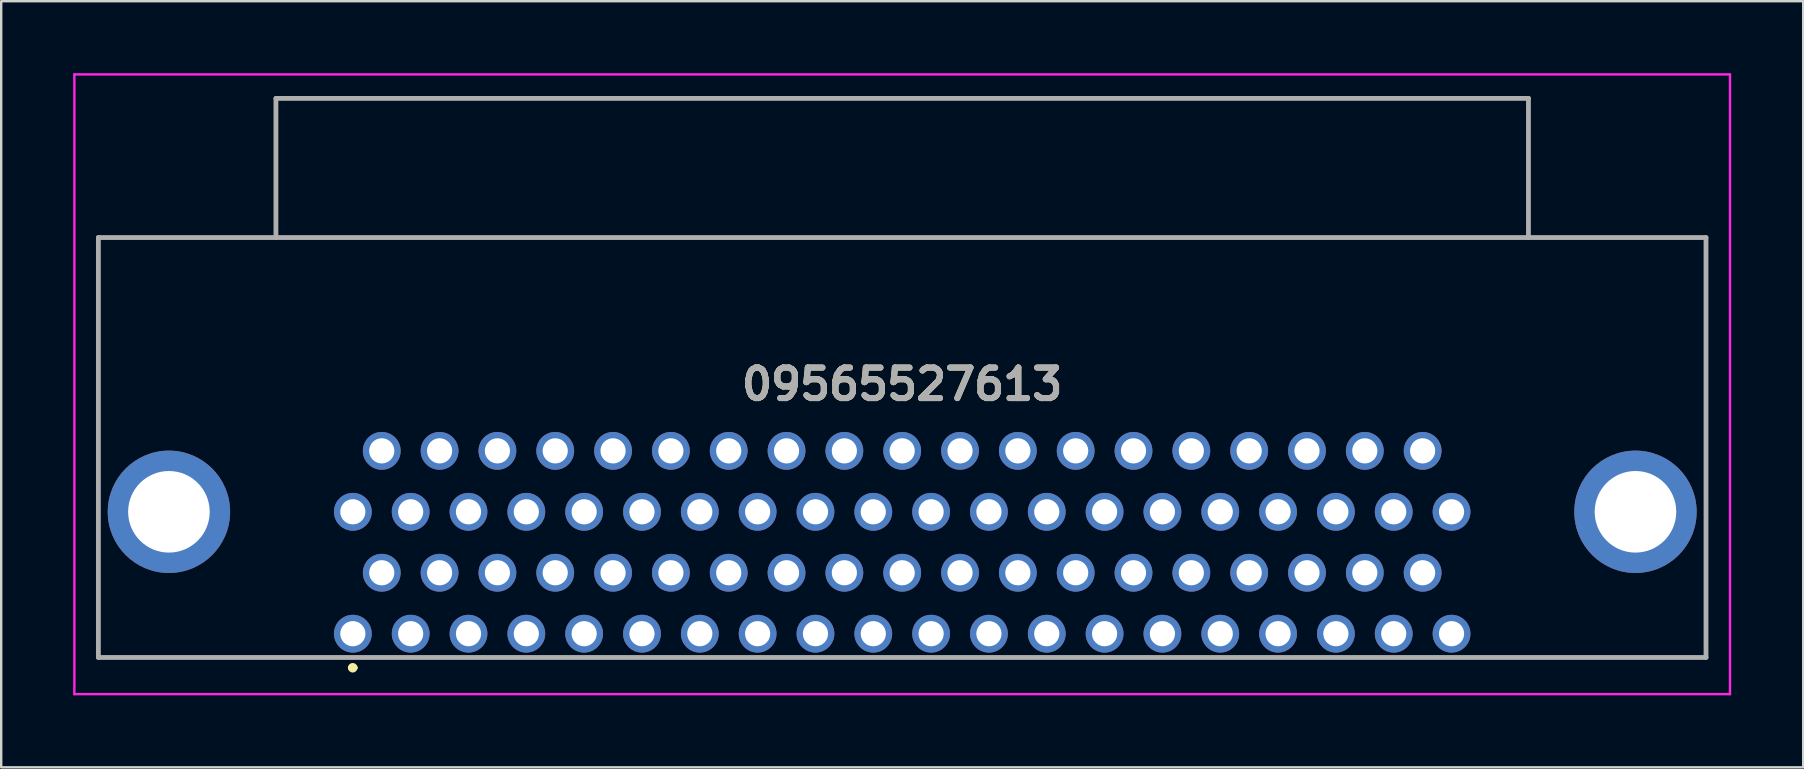
<source format=kicad_pcb>
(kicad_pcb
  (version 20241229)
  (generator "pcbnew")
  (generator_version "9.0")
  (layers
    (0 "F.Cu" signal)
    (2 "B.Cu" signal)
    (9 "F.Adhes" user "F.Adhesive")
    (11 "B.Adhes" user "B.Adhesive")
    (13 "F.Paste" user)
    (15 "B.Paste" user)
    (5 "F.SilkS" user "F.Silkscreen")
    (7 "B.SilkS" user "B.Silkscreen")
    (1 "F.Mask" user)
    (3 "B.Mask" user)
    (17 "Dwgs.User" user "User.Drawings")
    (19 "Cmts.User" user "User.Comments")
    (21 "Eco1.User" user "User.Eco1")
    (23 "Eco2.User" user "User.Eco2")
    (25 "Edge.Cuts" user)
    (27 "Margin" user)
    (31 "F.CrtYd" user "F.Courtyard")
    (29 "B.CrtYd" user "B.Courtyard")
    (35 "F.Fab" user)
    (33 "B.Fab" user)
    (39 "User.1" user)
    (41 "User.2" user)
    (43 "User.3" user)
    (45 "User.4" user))
  (footprint "09565527613"
    (layer "F.Cu")
    (at 34.55 12.965)
    (property "Reference" "09565527613" (at 0 0 0) (layer "F.SilkS") (effects (font (size 1.27 1.27) (thickness 0.254))))
    (attr through_hole)
    (fp_line (start -33.5 -6.115) (end 33.5 -6.115) (stroke (width 0.1) (type solid)) (layer "F.SilkS"))
    (fp_line (start -33.5 11.385) (end -33.5 -6.115) (stroke (width 0.1) (type solid)) (layer "F.SilkS"))
    (fp_line (start -23 11.815) (end -23 11.815) (stroke (width 0.2) (type solid)) (layer "F.SilkS"))
    (fp_line (start -22.8 11.815) (end -22.8 11.815) (stroke (width 0.2) (type solid)) (layer "F.SilkS"))
    (fp_line (start 33.5 -6.115) (end 33.5 11.385) (stroke (width 0.1) (type solid)) (layer "F.SilkS"))
    (fp_line (start 33.5 11.385) (end -33.5 11.385) (stroke (width 0.1) (type solid)) (layer "F.SilkS"))
    (fp_arc (start -23 11.815) (mid -22.9 11.715) (end -22.8 11.815) (stroke (width 0.2) (type solid)) (layer "F.SilkS"))
    (fp_arc (start -22.8 11.815) (mid -22.9 11.915) (end -23 11.815) (stroke (width 0.2) (type solid)) (layer "F.SilkS"))
    (fp_line (start -34.5 -12.915) (end 34.5 -12.915) (stroke (width 0.1) (type solid)) (layer "F.CrtYd"))
    (fp_line (start -34.5 12.915) (end -34.5 -12.915) (stroke (width 0.1) (type solid)) (layer "F.CrtYd"))
    (fp_line (start 34.5 -12.915) (end 34.5 12.915) (stroke (width 0.1) (type solid)) (layer "F.CrtYd"))
    (fp_line (start 34.5 12.915) (end -34.5 12.915) (stroke (width 0.1) (type solid)) (layer "F.CrtYd"))
    (fp_line (start -33.5 -6.115) (end 33.5 -6.115) (stroke (width 0.2) (type solid)) (layer "F.Fab"))
    (fp_line (start -33.5 11.385) (end -33.5 -6.115) (stroke (width 0.2) (type solid)) (layer "F.Fab"))
    (fp_line (start -26.1 -11.915) (end 26.1 -11.915) (stroke (width 0.2) (type solid)) (layer "F.Fab"))
    (fp_line (start -26.1 -6.115) (end -26.1 -11.915) (stroke (width 0.2) (type solid)) (layer "F.Fab"))
    (fp_line (start 26.1 -11.915) (end 26.1 -6.115) (stroke (width 0.2) (type solid)) (layer "F.Fab"))
    (fp_line (start 33.5 -6.115) (end 33.5 11.385) (stroke (width 0.2) (type solid)) (layer "F.Fab"))
    (fp_line (start 33.5 11.385) (end -33.5 11.385) (stroke (width 0.2) (type solid)) (layer "F.Fab"))
    (fp_text user "${REFERENCE}" (at 0 0 0) (layer "F.Fab") (effects (font (size 1.27 1.27) (thickness 0.254))))
    (pad "1" thru_hole circle (at -22.895 10.395) (size 1.575 1.575) (drill 1.05) (layers "*.Cu" "*.Mask"))
    (pad "2" thru_hole circle (at -20.485 10.395) (size 1.575 1.575) (drill 1.05) (layers "*.Cu" "*.Mask"))
    (pad "3" thru_hole circle (at -18.075 10.395) (size 1.575 1.575) (drill 1.05) (layers "*.Cu" "*.Mask"))
    (pad "4" thru_hole circle (at -15.665 10.395) (size 1.575 1.575) (drill 1.05) (layers "*.Cu" "*.Mask"))
    (pad "5" thru_hole circle (at -13.255 10.395) (size 1.575 1.575) (drill 1.05) (layers "*.Cu" "*.Mask"))
    (pad "6" thru_hole circle (at -10.845 10.395) (size 1.575 1.575) (drill 1.05) (layers "*.Cu" "*.Mask"))
    (pad "7" thru_hole circle (at -8.435 10.395) (size 1.575 1.575) (drill 1.05) (layers "*.Cu" "*.Mask"))
    (pad "8" thru_hole circle (at -6.025 10.395) (size 1.575 1.575) (drill 1.05) (layers "*.Cu" "*.Mask"))
    (pad "9" thru_hole circle (at -3.615 10.395) (size 1.575 1.575) (drill 1.05) (layers "*.Cu" "*.Mask"))
    (pad "10" thru_hole circle (at -1.205 10.395) (size 1.575 1.575) (drill 1.05) (layers "*.Cu" "*.Mask"))
    (pad "11" thru_hole circle (at 1.205 10.395) (size 1.575 1.575) (drill 1.05) (layers "*.Cu" "*.Mask"))
    (pad "12" thru_hole circle (at 3.615 10.395) (size 1.575 1.575) (drill 1.05) (layers "*.Cu" "*.Mask"))
    (pad "13" thru_hole circle (at 6.025 10.395) (size 1.575 1.575) (drill 1.05) (layers "*.Cu" "*.Mask"))
    (pad "14" thru_hole circle (at 8.435 10.395) (size 1.575 1.575) (drill 1.05) (layers "*.Cu" "*.Mask"))
    (pad "15" thru_hole circle (at 10.845 10.395) (size 1.575 1.575) (drill 1.05) (layers "*.Cu" "*.Mask"))
    (pad "16" thru_hole circle (at 13.255 10.395) (size 1.575 1.575) (drill 1.05) (layers "*.Cu" "*.Mask"))
    (pad "17" thru_hole circle (at 15.665 10.395) (size 1.575 1.575) (drill 1.05) (layers "*.Cu" "*.Mask"))
    (pad "18" thru_hole circle (at 18.075 10.395) (size 1.575 1.575) (drill 1.05) (layers "*.Cu" "*.Mask"))
    (pad "19" thru_hole circle (at 20.485 10.395) (size 1.575 1.575) (drill 1.05) (layers "*.Cu" "*.Mask"))
    (pad "20" thru_hole circle (at 22.895 10.395) (size 1.575 1.575) (drill 1.05) (layers "*.Cu" "*.Mask"))
    (pad "21" thru_hole circle (at -21.69 7.855) (size 1.575 1.575) (drill 1.05) (layers "*.Cu" "*.Mask"))
    (pad "22" thru_hole circle (at -19.28 7.855) (size 1.575 1.575) (drill 1.05) (layers "*.Cu" "*.Mask"))
    (pad "23" thru_hole circle (at -16.87 7.855) (size 1.575 1.575) (drill 1.05) (layers "*.Cu" "*.Mask"))
    (pad "24" thru_hole circle (at -14.46 7.855) (size 1.575 1.575) (drill 1.05) (layers "*.Cu" "*.Mask"))
    (pad "25" thru_hole circle (at -12.05 7.855) (size 1.575 1.575) (drill 1.05) (layers "*.Cu" "*.Mask"))
    (pad "26" thru_hole circle (at -9.64 7.855) (size 1.575 1.575) (drill 1.05) (layers "*.Cu" "*.Mask"))
    (pad "27" thru_hole circle (at -7.23 7.855) (size 1.575 1.575) (drill 1.05) (layers "*.Cu" "*.Mask"))
    (pad "28" thru_hole circle (at -4.82 7.855) (size 1.575 1.575) (drill 1.05) (layers "*.Cu" "*.Mask"))
    (pad "29" thru_hole circle (at -2.41 7.855) (size 1.575 1.575) (drill 1.05) (layers "*.Cu" "*.Mask"))
    (pad "30" thru_hole circle (at 0 7.855) (size 1.575 1.575) (drill 1.05) (layers "*.Cu" "*.Mask"))
    (pad "31" thru_hole circle (at 2.41 7.855) (size 1.575 1.575) (drill 1.05) (layers "*.Cu" "*.Mask"))
    (pad "32" thru_hole circle (at 4.82 7.855) (size 1.575 1.575) (drill 1.05) (layers "*.Cu" "*.Mask"))
    (pad "33" thru_hole circle (at 7.23 7.855) (size 1.575 1.575) (drill 1.05) (layers "*.Cu" "*.Mask"))
    (pad "34" thru_hole circle (at 9.64 7.855) (size 1.575 1.575) (drill 1.05) (layers "*.Cu" "*.Mask"))
    (pad "35" thru_hole circle (at 12.05 7.855) (size 1.575 1.575) (drill 1.05) (layers "*.Cu" "*.Mask"))
    (pad "36" thru_hole circle (at 14.46 7.855) (size 1.575 1.575) (drill 1.05) (layers "*.Cu" "*.Mask"))
    (pad "37" thru_hole circle (at 16.87 7.855) (size 1.575 1.575) (drill 1.05) (layers "*.Cu" "*.Mask"))
    (pad "38" thru_hole circle (at 19.28 7.855) (size 1.575 1.575) (drill 1.05) (layers "*.Cu" "*.Mask"))
    (pad "39" thru_hole circle (at 21.69 7.855) (size 1.575 1.575) (drill 1.05) (layers "*.Cu" "*.Mask"))
    (pad "40" thru_hole circle (at -22.895 5.315) (size 1.575 1.575) (drill 1.05) (layers "*.Cu" "*.Mask"))
    (pad "41" thru_hole circle (at -20.485 5.315) (size 1.575 1.575) (drill 1.05) (layers "*.Cu" "*.Mask"))
    (pad "42" thru_hole circle (at -18.075 5.315) (size 1.575 1.575) (drill 1.05) (layers "*.Cu" "*.Mask"))
    (pad "43" thru_hole circle (at -15.665 5.315) (size 1.575 1.575) (drill 1.05) (layers "*.Cu" "*.Mask"))
    (pad "44" thru_hole circle (at -13.255 5.315) (size 1.575 1.575) (drill 1.05) (layers "*.Cu" "*.Mask"))
    (pad "45" thru_hole circle (at -10.845 5.315) (size 1.575 1.575) (drill 1.05) (layers "*.Cu" "*.Mask"))
    (pad "46" thru_hole circle (at -8.435 5.315) (size 1.575 1.575) (drill 1.05) (layers "*.Cu" "*.Mask"))
    (pad "47" thru_hole circle (at -6.025 5.315) (size 1.575 1.575) (drill 1.05) (layers "*.Cu" "*.Mask"))
    (pad "48" thru_hole circle (at -3.615 5.315) (size 1.575 1.575) (drill 1.05) (layers "*.Cu" "*.Mask"))
    (pad "49" thru_hole circle (at -1.205 5.315) (size 1.575 1.575) (drill 1.05) (layers "*.Cu" "*.Mask"))
    (pad "50" thru_hole circle (at 1.205 5.315) (size 1.575 1.575) (drill 1.05) (layers "*.Cu" "*.Mask"))
    (pad "51" thru_hole circle (at 3.615 5.315) (size 1.575 1.575) (drill 1.05) (layers "*.Cu" "*.Mask"))
    (pad "52" thru_hole circle (at 6.025 5.315) (size 1.575 1.575) (drill 1.05) (layers "*.Cu" "*.Mask"))
    (pad "53" thru_hole circle (at 8.435 5.315) (size 1.575 1.575) (drill 1.05) (layers "*.Cu" "*.Mask"))
    (pad "54" thru_hole circle (at 10.845 5.315) (size 1.575 1.575) (drill 1.05) (layers "*.Cu" "*.Mask"))
    (pad "55" thru_hole circle (at 13.255 5.315) (size 1.575 1.575) (drill 1.05) (layers "*.Cu" "*.Mask"))
    (pad "56" thru_hole circle (at 15.665 5.315) (size 1.575 1.575) (drill 1.05) (layers "*.Cu" "*.Mask"))
    (pad "57" thru_hole circle (at 18.075 5.315) (size 1.575 1.575) (drill 1.05) (layers "*.Cu" "*.Mask"))
    (pad "58" thru_hole circle (at 20.485 5.315) (size 1.575 1.575) (drill 1.05) (layers "*.Cu" "*.Mask"))
    (pad "59" thru_hole circle (at 22.895 5.315) (size 1.575 1.575) (drill 1.05) (layers "*.Cu" "*.Mask"))
    (pad "60" thru_hole circle (at -21.69 2.775) (size 1.575 1.575) (drill 1.05) (layers "*.Cu" "*.Mask"))
    (pad "61" thru_hole circle (at -19.28 2.775) (size 1.575 1.575) (drill 1.05) (layers "*.Cu" "*.Mask"))
    (pad "62" thru_hole circle (at -16.87 2.775) (size 1.575 1.575) (drill 1.05) (layers "*.Cu" "*.Mask"))
    (pad "63" thru_hole circle (at -14.46 2.775) (size 1.575 1.575) (drill 1.05) (layers "*.Cu" "*.Mask"))
    (pad "64" thru_hole circle (at -12.05 2.775) (size 1.575 1.575) (drill 1.05) (layers "*.Cu" "*.Mask"))
    (pad "65" thru_hole circle (at -9.64 2.775) (size 1.575 1.575) (drill 1.05) (layers "*.Cu" "*.Mask"))
    (pad "66" thru_hole circle (at -7.23 2.775) (size 1.575 1.575) (drill 1.05) (layers "*.Cu" "*.Mask"))
    (pad "67" thru_hole circle (at -4.82 2.775) (size 1.575 1.575) (drill 1.05) (layers "*.Cu" "*.Mask"))
    (pad "68" thru_hole circle (at -2.41 2.775) (size 1.575 1.575) (drill 1.05) (layers "*.Cu" "*.Mask"))
    (pad "69" thru_hole circle (at 0 2.775) (size 1.575 1.575) (drill 1.05) (layers "*.Cu" "*.Mask"))
    (pad "70" thru_hole circle (at 2.41 2.775) (size 1.575 1.575) (drill 1.05) (layers "*.Cu" "*.Mask"))
    (pad "71" thru_hole circle (at 4.82 2.775) (size 1.575 1.575) (drill 1.05) (layers "*.Cu" "*.Mask"))
    (pad "72" thru_hole circle (at 7.23 2.775) (size 1.575 1.575) (drill 1.05) (layers "*.Cu" "*.Mask"))
    (pad "73" thru_hole circle (at 9.64 2.775) (size 1.575 1.575) (drill 1.05) (layers "*.Cu" "*.Mask"))
    (pad "74" thru_hole circle (at 12.05 2.775) (size 1.575 1.575) (drill 1.05) (layers "*.Cu" "*.Mask"))
    (pad "75" thru_hole circle (at 14.46 2.775) (size 1.575 1.575) (drill 1.05) (layers "*.Cu" "*.Mask"))
    (pad "76" thru_hole circle (at 16.87 2.775) (size 1.575 1.575) (drill 1.05) (layers "*.Cu" "*.Mask"))
    (pad "77" thru_hole circle (at 19.28 2.775) (size 1.575 1.575) (drill 1.05) (layers "*.Cu" "*.Mask"))
    (pad "78" thru_hole circle (at 21.69 2.775) (size 1.575 1.575) (drill 1.05) (layers "*.Cu" "*.Mask"))
    (pad "79" thru_hole circle (at -30.56 5.315) (size 5.1 5.1) (drill 3.4) (layers "*.Cu" "*.Mask"))
    (pad "80" thru_hole circle (at 30.56 5.315) (size 5.1 5.1) (drill 3.4) (layers "*.Cu" "*.Mask")))
  (gr_rect
    (start -3 -3)
    (end 72.1 28.93)
    (stroke (width 0.1) (type default))
    (fill no)
    (layer "Edge.Cuts")))
</source>
